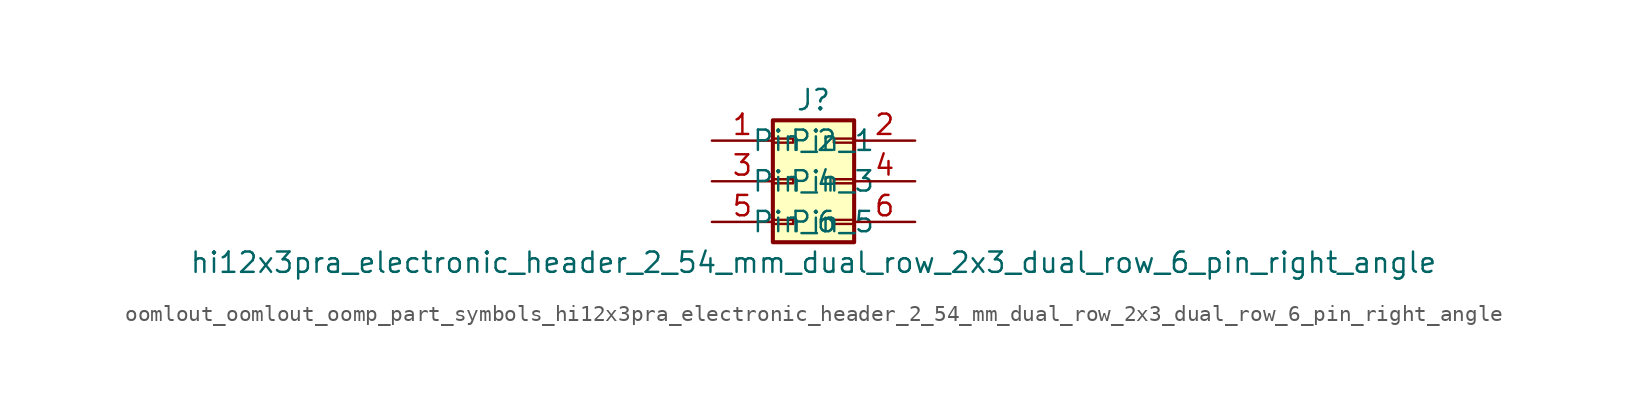
<source format=kicad_sym>
(kicad_symbol_lib
  (version 20220914)
  (generator kicad_symbol_editor)
  (symbol "oomlout_oomlout_oomp_part_symbols_hi12x3pra_electronic_header_2_54_mm_dual_row_2x3_dual_row_6_pin_right_angle"
    (pin_names
      (offset 1.016))
    (property "Reference" "J"
      (at 1.27 5.08 0)
      (effects (font (size 1.27 1.27))))
    (property "Value" "hi12x3pra_electronic_header_2_54_mm_dual_row_2x3_dual_row_6_pin_right_angle"
      (at 1.27 -5.08 0)
      (effects (font (size 1.27 1.27))))
    (symbol "oomlout_oomlout_oomp_part_symbols_hi12x3pra_electronic_header_2_54_mm_dual_row_2x3_dual_row_6_pin_right_angle_1_1"
      (rectangle (start -1.27 -2.413) (end 0 -2.667) (stroke (width 0.152) (type default)) (fill (type none)))
      (rectangle (start -1.27 0.127) (end 0 -0.127) (stroke (width 0.152) (type default)) (fill (type none)))
      (rectangle (start -1.27 2.667) (end 0 2.413) (stroke (width 0.152) (type default)) (fill (type none)))
      (rectangle (start -1.27 3.81) (end 3.81 -3.81) (stroke (width 0.254) (type default)) (fill (type background)))
      (rectangle (start 3.81 -2.413) (end 2.54 -2.667) (stroke (width 0.152) (type default)) (fill (type none)))
      (rectangle (start 3.81 0.127) (end 2.54 -0.127) (stroke (width 0.152) (type default)) (fill (type none)))
      (rectangle (start 3.81 2.667) (end 2.54 2.413) (stroke (width 0.152) (type default)) (fill (type none)))
      (pin passive line (at -5.08 2.54 0) (length 3.81) (name "Pin_1" (effects (font (size 1.27 1.27)))) (number "1" (effects (font (size 1.27 1.27)))))
      (pin passive line (at 7.62 2.54 180) (length 3.81) (name "Pin_2" (effects (font (size 1.27 1.27)))) (number "2" (effects (font (size 1.27 1.27)))))
      (pin passive line (at -5.08 0 0) (length 3.81) (name "Pin_3" (effects (font (size 1.27 1.27)))) (number "3" (effects (font (size 1.27 1.27)))))
      (pin passive line (at 7.62 0 180) (length 3.81) (name "Pin_4" (effects (font (size 1.27 1.27)))) (number "4" (effects (font (size 1.27 1.27)))))
      (pin passive line (at -5.08 -2.54 0) (length 3.81) (name "Pin_5" (effects (font (size 1.27 1.27)))) (number "5" (effects (font (size 1.27 1.27)))))
      (pin passive line (at 7.62 -2.54 180) (length 3.81) (name "Pin_6" (effects (font (size 1.27 1.27)))) (number "6" (effects (font (size 1.27 1.27))))))))
</source>
